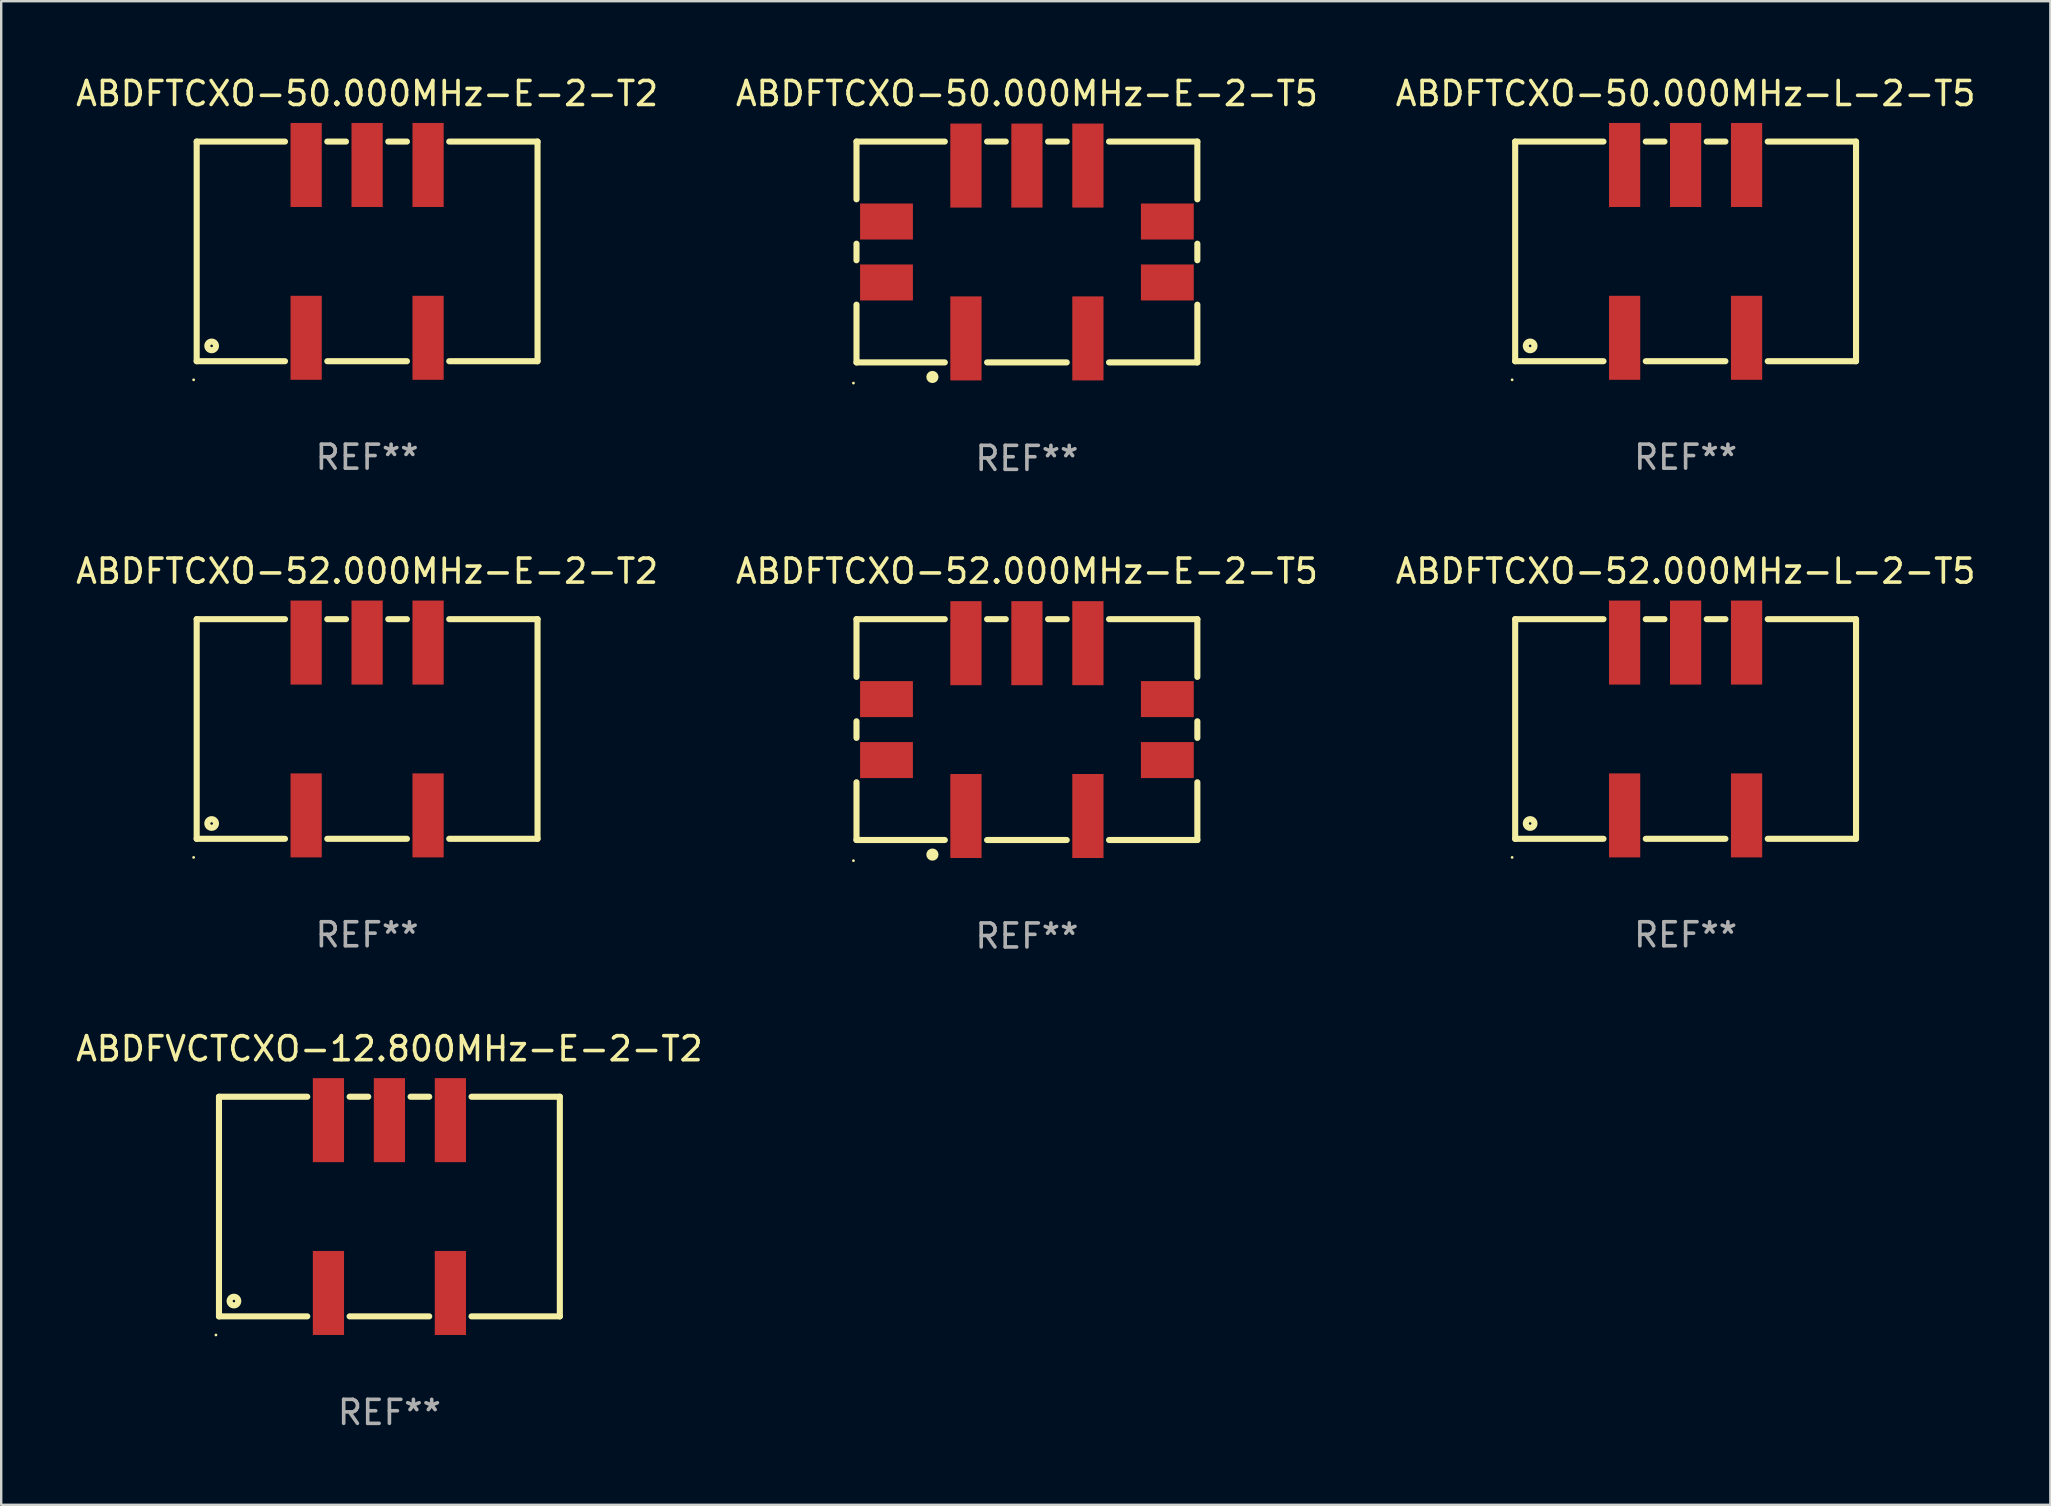
<source format=kicad_pcb>
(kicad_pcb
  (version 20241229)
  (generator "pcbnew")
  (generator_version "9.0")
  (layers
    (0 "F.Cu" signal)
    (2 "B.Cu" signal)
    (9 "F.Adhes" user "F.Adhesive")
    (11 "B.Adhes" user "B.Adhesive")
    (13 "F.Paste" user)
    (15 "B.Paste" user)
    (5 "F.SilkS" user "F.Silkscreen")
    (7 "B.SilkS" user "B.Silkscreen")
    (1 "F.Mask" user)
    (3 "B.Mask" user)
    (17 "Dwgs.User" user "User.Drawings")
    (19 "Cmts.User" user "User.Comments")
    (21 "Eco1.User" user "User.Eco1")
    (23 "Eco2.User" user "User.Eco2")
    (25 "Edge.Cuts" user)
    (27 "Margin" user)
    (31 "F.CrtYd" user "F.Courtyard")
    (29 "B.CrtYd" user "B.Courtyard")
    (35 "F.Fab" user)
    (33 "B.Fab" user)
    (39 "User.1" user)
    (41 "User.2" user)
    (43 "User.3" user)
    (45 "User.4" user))
  (footprint "ABDFTCXO-50.000MHz-L-2-T5"
    (layer "F.Cu")
    (at 67.173 7.423)
    (property "Reference" "ABDFTCXO-50.000MHz-L-2-T5" (at 0 -6.575 0) (layer "F.SilkS") (effects (font (size 1 1) (thickness 0.15))))
    (attr through_hole)
    (fp_line (start -7.1 -4.575) (end -7.1 4.575) (stroke (width 0.254) (type solid)) (layer "F.SilkS"))
    (fp_line (start -7.1 -4.575) (end -3.421 -4.575) (stroke (width 0.254) (type solid)) (layer "F.SilkS"))
    (fp_line (start -7.1 4.575) (end -3.421 4.575) (stroke (width 0.254) (type solid)) (layer "F.SilkS"))
    (fp_line (start -1.659 -4.575) (end -0.881 -4.575) (stroke (width 0.254) (type solid)) (layer "F.SilkS"))
    (fp_line (start -1.659 4.575) (end 1.659 4.575) (stroke (width 0.254) (type solid)) (layer "F.SilkS"))
    (fp_line (start 0.881 -4.575) (end 1.659 -4.575) (stroke (width 0.254) (type solid)) (layer "F.SilkS"))
    (fp_line (start 3.421 -4.575) (end 7.1 -4.575) (stroke (width 0.254) (type solid)) (layer "F.SilkS"))
    (fp_line (start 3.421 4.575) (end 7.1 4.575) (stroke (width 0.254) (type solid)) (layer "F.SilkS"))
    (fp_line (start 7.1 -4.575) (end 7.1 4.575) (stroke (width 0.254) (type solid)) (layer "F.SilkS"))
    (fp_circle (center -7.227 5.35) (end -7.197 5.35) (stroke (width 0.06) (type solid)) (fill no) (layer "F.SilkS"))
    (fp_circle (center -6.477 3.937) (end -6.297 3.937) (stroke (width 0.254) (type solid)) (fill no) (layer "F.SilkS"))
    (fp_text user "REF**" (at 0 8.575 0) (layer "F.Fab") (effects (font (size 1 1) (thickness 0.15))))
    (pad "1" smd rect (at -2.54 3.6) (size 1.3 3.5) (layers "F.Cu" "F.Mask" "F.Paste"))
    (pad "2" smd rect (at 2.54 3.6) (size 1.3 3.5) (layers "F.Cu" "F.Mask" "F.Paste"))
    (pad "3" smd rect (at 2.54 -3.6) (size 1.3 3.5) (layers "F.Cu" "F.Mask" "F.Paste"))
    (pad "4" smd rect (at 0 -3.6) (size 1.3 3.5) (layers "F.Cu" "F.Mask" "F.Paste"))
    (pad "5" smd rect (at -2.54 -3.6) (size 1.3 3.5) (layers "F.Cu" "F.Mask" "F.Paste")))
  (footprint "ABDFTCXO-50.000MHz-E-2-T2"
    (layer "F.Cu")
    (at 12.244 7.423)
    (property "Reference" "ABDFTCXO-50.000MHz-E-2-T2" (at 0 -6.575 0) (layer "F.SilkS") (effects (font (size 1 1) (thickness 0.15))))
    (attr through_hole)
    (fp_line (start -7.1 -4.575) (end -7.1 4.575) (stroke (width 0.254) (type solid)) (layer "F.SilkS"))
    (fp_line (start -7.1 -4.575) (end -3.421 -4.575) (stroke (width 0.254) (type solid)) (layer "F.SilkS"))
    (fp_line (start -7.1 4.575) (end -3.421 4.575) (stroke (width 0.254) (type solid)) (layer "F.SilkS"))
    (fp_line (start -1.659 -4.575) (end -0.881 -4.575) (stroke (width 0.254) (type solid)) (layer "F.SilkS"))
    (fp_line (start -1.659 4.575) (end 1.659 4.575) (stroke (width 0.254) (type solid)) (layer "F.SilkS"))
    (fp_line (start 0.881 -4.575) (end 1.659 -4.575) (stroke (width 0.254) (type solid)) (layer "F.SilkS"))
    (fp_line (start 3.421 -4.575) (end 7.1 -4.575) (stroke (width 0.254) (type solid)) (layer "F.SilkS"))
    (fp_line (start 3.421 4.575) (end 7.1 4.575) (stroke (width 0.254) (type solid)) (layer "F.SilkS"))
    (fp_line (start 7.1 -4.575) (end 7.1 4.575) (stroke (width 0.254) (type solid)) (layer "F.SilkS"))
    (fp_circle (center -7.227 5.35) (end -7.197 5.35) (stroke (width 0.06) (type solid)) (fill no) (layer "F.SilkS"))
    (fp_circle (center -6.477 3.937) (end -6.297 3.937) (stroke (width 0.254) (type solid)) (fill no) (layer "F.SilkS"))
    (fp_text user "REF**" (at 0 8.575 0) (layer "F.Fab") (effects (font (size 1 1) (thickness 0.15))))
    (pad "1" smd rect (at -2.54 3.6) (size 1.3 3.5) (layers "F.Cu" "F.Mask" "F.Paste"))
    (pad "2" smd rect (at 2.54 3.6) (size 1.3 3.5) (layers "F.Cu" "F.Mask" "F.Paste"))
    (pad "3" smd rect (at 2.54 -3.6) (size 1.3 3.5) (layers "F.Cu" "F.Mask" "F.Paste"))
    (pad "4" smd rect (at 0 -3.6) (size 1.3 3.5) (layers "F.Cu" "F.Mask" "F.Paste"))
    (pad "5" smd rect (at -2.54 -3.6) (size 1.3 3.5) (layers "F.Cu" "F.Mask" "F.Paste")))
  (footprint "ABDFVCTCXO-12.800MHz-E-2-T2"
    (layer "F.Cu")
    (at 13.173 47.216)
    (property "Reference" "ABDFVCTCXO-12.800MHz-E-2-T2" (at 0 -6.575 0) (layer "F.SilkS") (effects (font (size 1 1) (thickness 0.15))))
    (attr through_hole)
    (fp_line (start -7.1 -4.575) (end -7.1 4.575) (stroke (width 0.254) (type solid)) (layer "F.SilkS"))
    (fp_line (start -7.1 -4.575) (end -3.421 -4.575) (stroke (width 0.254) (type solid)) (layer "F.SilkS"))
    (fp_line (start -7.1 4.575) (end -3.421 4.575) (stroke (width 0.254) (type solid)) (layer "F.SilkS"))
    (fp_line (start -1.659 -4.575) (end -0.881 -4.575) (stroke (width 0.254) (type solid)) (layer "F.SilkS"))
    (fp_line (start -1.659 4.575) (end 1.659 4.575) (stroke (width 0.254) (type solid)) (layer "F.SilkS"))
    (fp_line (start 0.881 -4.575) (end 1.659 -4.575) (stroke (width 0.254) (type solid)) (layer "F.SilkS"))
    (fp_line (start 3.421 -4.575) (end 7.1 -4.575) (stroke (width 0.254) (type solid)) (layer "F.SilkS"))
    (fp_line (start 3.421 4.575) (end 7.1 4.575) (stroke (width 0.254) (type solid)) (layer "F.SilkS"))
    (fp_line (start 7.1 -4.575) (end 7.1 4.575) (stroke (width 0.254) (type solid)) (layer "F.SilkS"))
    (fp_circle (center -7.227 5.35) (end -7.197 5.35) (stroke (width 0.06) (type solid)) (fill no) (layer "F.SilkS"))
    (fp_circle (center -6.477 3.937) (end -6.297 3.937) (stroke (width 0.254) (type solid)) (fill no) (layer "F.SilkS"))
    (fp_text user "REF**" (at 0 8.575 0) (layer "F.Fab") (effects (font (size 1 1) (thickness 0.15))))
    (pad "1" smd rect (at -2.54 3.6) (size 1.3 3.5) (layers "F.Cu" "F.Mask" "F.Paste"))
    (pad "2" smd rect (at 2.54 3.6) (size 1.3 3.5) (layers "F.Cu" "F.Mask" "F.Paste"))
    (pad "3" smd rect (at 2.54 -3.6) (size 1.3 3.5) (layers "F.Cu" "F.Mask" "F.Paste"))
    (pad "4" smd rect (at 0 -3.6) (size 1.3 3.5) (layers "F.Cu" "F.Mask" "F.Paste"))
    (pad "5" smd rect (at -2.54 -3.6) (size 1.3 3.5) (layers "F.Cu" "F.Mask" "F.Paste")))
  (footprint "ABDFTCXO-50.000MHz-E-2-T5"
    (layer "F.Cu")
    (at 39.732 7.448)
    (property "Reference" "ABDFTCXO-50.000MHz-E-2-T5" (at 0 -6.6 0) (layer "F.SilkS") (effects (font (size 1 1) (thickness 0.15))))
    (attr through_hole)
    (fp_line (start -7.1 -4.6) (end -7.1 -2.195) (stroke (width 0.254) (type solid)) (layer "F.SilkS"))
    (fp_line (start -7.1 -4.6) (end -3.421 -4.6) (stroke (width 0.254) (type solid)) (layer "F.SilkS"))
    (fp_line (start -7.1 -0.345) (end -7.1 0.345) (stroke (width 0.254) (type solid)) (layer "F.SilkS"))
    (fp_line (start -7.1 2.195) (end -7.1 4.6) (stroke (width 0.254) (type solid)) (layer "F.SilkS"))
    (fp_line (start -7.1 4.6) (end -3.421 4.6) (stroke (width 0.254) (type solid)) (layer "F.SilkS"))
    (fp_line (start -1.659 -4.6) (end -0.881 -4.6) (stroke (width 0.254) (type solid)) (layer "F.SilkS"))
    (fp_line (start -1.659 4.6) (end 1.659 4.6) (stroke (width 0.254) (type solid)) (layer "F.SilkS"))
    (fp_line (start 0.881 -4.6) (end 1.659 -4.6) (stroke (width 0.254) (type solid)) (layer "F.SilkS"))
    (fp_line (start 3.421 -4.6) (end 7.1 -4.6) (stroke (width 0.254) (type solid)) (layer "F.SilkS"))
    (fp_line (start 3.421 4.6) (end 7.1 4.6) (stroke (width 0.254) (type solid)) (layer "F.SilkS"))
    (fp_line (start 7.1 -4.6) (end 7.1 -2.195) (stroke (width 0.254) (type solid)) (layer "F.SilkS"))
    (fp_line (start 7.1 -0.345) (end 7.1 0.345) (stroke (width 0.254) (type solid)) (layer "F.SilkS"))
    (fp_line (start 7.1 2.195) (end 7.1 4.6) (stroke (width 0.254) (type solid)) (layer "F.SilkS"))
    (fp_circle (center -7.227 5.461) (end -7.197 5.461) (stroke (width 0.06) (type solid)) (fill no) (layer "F.SilkS"))
    (fp_circle (center -3.937 5.207) (end -3.81 5.207) (stroke (width 0.254) (type solid)) (fill no) (layer "F.SilkS"))
    (fp_text user "REF**" (at 0 8.6 0) (layer "F.Fab") (effects (font (size 1 1) (thickness 0.15))))
    (pad "1" smd rect (at -2.54 3.6) (size 1.3 3.5) (layers "F.Cu" "F.Mask" "F.Paste"))
    (pad "2" smd rect (at 2.54 3.6) (size 1.3 3.5) (layers "F.Cu" "F.Mask" "F.Paste"))
    (pad "3" smd rect (at 2.54 -3.6) (size 1.3 3.5) (layers "F.Cu" "F.Mask" "F.Paste"))
    (pad "4" smd rect (at 0 -3.6) (size 1.3 3.5) (layers "F.Cu" "F.Mask" "F.Paste"))
    (pad "5" smd rect (at -2.54 -3.6) (size 1.3 3.5) (layers "F.Cu" "F.Mask" "F.Paste"))
    (pad "6" smd rect (at 5.85 1.27 90) (size 1.5 2.2) (layers "F.Cu" "F.Mask" "F.Paste"))
    (pad "7" smd rect (at 5.85 -1.27 90) (size 1.5 2.2) (layers "F.Cu" "F.Mask" "F.Paste"))
    (pad "8" smd rect (at -5.85 -1.27 90) (size 1.5 2.2) (layers "F.Cu" "F.Mask" "F.Paste"))
    (pad "9" smd rect (at -5.85 1.27 90) (size 1.5 2.2) (layers "F.Cu" "F.Mask" "F.Paste")))
  (footprint "ABDFTCXO-52.000MHz-E-2-T5"
    (layer "F.Cu")
    (at 39.732 27.345)
    (property "Reference" "ABDFTCXO-52.000MHz-E-2-T5" (at 0 -6.6 0) (layer "F.SilkS") (effects (font (size 1 1) (thickness 0.15))))
    (attr through_hole)
    (fp_line (start -7.1 -4.6) (end -7.1 -2.195) (stroke (width 0.254) (type solid)) (layer "F.SilkS"))
    (fp_line (start -7.1 -4.6) (end -3.421 -4.6) (stroke (width 0.254) (type solid)) (layer "F.SilkS"))
    (fp_line (start -7.1 -0.345) (end -7.1 0.345) (stroke (width 0.254) (type solid)) (layer "F.SilkS"))
    (fp_line (start -7.1 2.195) (end -7.1 4.6) (stroke (width 0.254) (type solid)) (layer "F.SilkS"))
    (fp_line (start -7.1 4.6) (end -3.421 4.6) (stroke (width 0.254) (type solid)) (layer "F.SilkS"))
    (fp_line (start -1.659 -4.6) (end -0.881 -4.6) (stroke (width 0.254) (type solid)) (layer "F.SilkS"))
    (fp_line (start -1.659 4.6) (end 1.659 4.6) (stroke (width 0.254) (type solid)) (layer "F.SilkS"))
    (fp_line (start 0.881 -4.6) (end 1.659 -4.6) (stroke (width 0.254) (type solid)) (layer "F.SilkS"))
    (fp_line (start 3.421 -4.6) (end 7.1 -4.6) (stroke (width 0.254) (type solid)) (layer "F.SilkS"))
    (fp_line (start 3.421 4.6) (end 7.1 4.6) (stroke (width 0.254) (type solid)) (layer "F.SilkS"))
    (fp_line (start 7.1 -4.6) (end 7.1 -2.195) (stroke (width 0.254) (type solid)) (layer "F.SilkS"))
    (fp_line (start 7.1 -0.345) (end 7.1 0.345) (stroke (width 0.254) (type solid)) (layer "F.SilkS"))
    (fp_line (start 7.1 2.195) (end 7.1 4.6) (stroke (width 0.254) (type solid)) (layer "F.SilkS"))
    (fp_circle (center -7.227 5.461) (end -7.197 5.461) (stroke (width 0.06) (type solid)) (fill no) (layer "F.SilkS"))
    (fp_circle (center -3.937 5.207) (end -3.81 5.207) (stroke (width 0.254) (type solid)) (fill no) (layer "F.SilkS"))
    (fp_text user "REF**" (at 0 8.6 0) (layer "F.Fab") (effects (font (size 1 1) (thickness 0.15))))
    (pad "1" smd rect (at -2.54 3.6) (size 1.3 3.5) (layers "F.Cu" "F.Mask" "F.Paste"))
    (pad "2" smd rect (at 2.54 3.6) (size 1.3 3.5) (layers "F.Cu" "F.Mask" "F.Paste"))
    (pad "3" smd rect (at 2.54 -3.6) (size 1.3 3.5) (layers "F.Cu" "F.Mask" "F.Paste"))
    (pad "4" smd rect (at 0 -3.6) (size 1.3 3.5) (layers "F.Cu" "F.Mask" "F.Paste"))
    (pad "5" smd rect (at -2.54 -3.6) (size 1.3 3.5) (layers "F.Cu" "F.Mask" "F.Paste"))
    (pad "6" smd rect (at 5.85 1.27 90) (size 1.5 2.2) (layers "F.Cu" "F.Mask" "F.Paste"))
    (pad "7" smd rect (at 5.85 -1.27 90) (size 1.5 2.2) (layers "F.Cu" "F.Mask" "F.Paste"))
    (pad "8" smd rect (at -5.85 -1.27 90) (size 1.5 2.2) (layers "F.Cu" "F.Mask" "F.Paste"))
    (pad "9" smd rect (at -5.85 1.27 90) (size 1.5 2.2) (layers "F.Cu" "F.Mask" "F.Paste")))
  (footprint "ABDFTCXO-52.000MHz-L-2-T5"
    (layer "F.Cu")
    (at 67.173 27.32)
    (property "Reference" "ABDFTCXO-52.000MHz-L-2-T5" (at 0 -6.575 0) (layer "F.SilkS") (effects (font (size 1 1) (thickness 0.15))))
    (attr through_hole)
    (fp_line (start -7.1 -4.575) (end -7.1 4.575) (stroke (width 0.254) (type solid)) (layer "F.SilkS"))
    (fp_line (start -7.1 -4.575) (end -3.421 -4.575) (stroke (width 0.254) (type solid)) (layer "F.SilkS"))
    (fp_line (start -7.1 4.575) (end -3.421 4.575) (stroke (width 0.254) (type solid)) (layer "F.SilkS"))
    (fp_line (start -1.659 -4.575) (end -0.881 -4.575) (stroke (width 0.254) (type solid)) (layer "F.SilkS"))
    (fp_line (start -1.659 4.575) (end 1.659 4.575) (stroke (width 0.254) (type solid)) (layer "F.SilkS"))
    (fp_line (start 0.881 -4.575) (end 1.659 -4.575) (stroke (width 0.254) (type solid)) (layer "F.SilkS"))
    (fp_line (start 3.421 -4.575) (end 7.1 -4.575) (stroke (width 0.254) (type solid)) (layer "F.SilkS"))
    (fp_line (start 3.421 4.575) (end 7.1 4.575) (stroke (width 0.254) (type solid)) (layer "F.SilkS"))
    (fp_line (start 7.1 -4.575) (end 7.1 4.575) (stroke (width 0.254) (type solid)) (layer "F.SilkS"))
    (fp_circle (center -7.227 5.35) (end -7.197 5.35) (stroke (width 0.06) (type solid)) (fill no) (layer "F.SilkS"))
    (fp_circle (center -6.477 3.937) (end -6.297 3.937) (stroke (width 0.254) (type solid)) (fill no) (layer "F.SilkS"))
    (fp_text user "REF**" (at 0 8.575 0) (layer "F.Fab") (effects (font (size 1 1) (thickness 0.15))))
    (pad "1" smd rect (at -2.54 3.6) (size 1.3 3.5) (layers "F.Cu" "F.Mask" "F.Paste"))
    (pad "2" smd rect (at 2.54 3.6) (size 1.3 3.5) (layers "F.Cu" "F.Mask" "F.Paste"))
    (pad "3" smd rect (at 2.54 -3.6) (size 1.3 3.5) (layers "F.Cu" "F.Mask" "F.Paste"))
    (pad "4" smd rect (at 0 -3.6) (size 1.3 3.5) (layers "F.Cu" "F.Mask" "F.Paste"))
    (pad "5" smd rect (at -2.54 -3.6) (size 1.3 3.5) (layers "F.Cu" "F.Mask" "F.Paste")))
  (footprint "ABDFTCXO-52.000MHz-E-2-T2"
    (layer "F.Cu")
    (at 12.244 27.32)
    (property "Reference" "ABDFTCXO-52.000MHz-E-2-T2" (at 0 -6.575 0) (layer "F.SilkS") (effects (font (size 1 1) (thickness 0.15))))
    (attr through_hole)
    (fp_line (start -7.1 -4.575) (end -7.1 4.575) (stroke (width 0.254) (type solid)) (layer "F.SilkS"))
    (fp_line (start -7.1 -4.575) (end -3.421 -4.575) (stroke (width 0.254) (type solid)) (layer "F.SilkS"))
    (fp_line (start -7.1 4.575) (end -3.421 4.575) (stroke (width 0.254) (type solid)) (layer "F.SilkS"))
    (fp_line (start -1.659 -4.575) (end -0.881 -4.575) (stroke (width 0.254) (type solid)) (layer "F.SilkS"))
    (fp_line (start -1.659 4.575) (end 1.659 4.575) (stroke (width 0.254) (type solid)) (layer "F.SilkS"))
    (fp_line (start 0.881 -4.575) (end 1.659 -4.575) (stroke (width 0.254) (type solid)) (layer "F.SilkS"))
    (fp_line (start 3.421 -4.575) (end 7.1 -4.575) (stroke (width 0.254) (type solid)) (layer "F.SilkS"))
    (fp_line (start 3.421 4.575) (end 7.1 4.575) (stroke (width 0.254) (type solid)) (layer "F.SilkS"))
    (fp_line (start 7.1 -4.575) (end 7.1 4.575) (stroke (width 0.254) (type solid)) (layer "F.SilkS"))
    (fp_circle (center -7.227 5.35) (end -7.197 5.35) (stroke (width 0.06) (type solid)) (fill no) (layer "F.SilkS"))
    (fp_circle (center -6.477 3.937) (end -6.297 3.937) (stroke (width 0.254) (type solid)) (fill no) (layer "F.SilkS"))
    (fp_text user "REF**" (at 0 8.575 0) (layer "F.Fab") (effects (font (size 1 1) (thickness 0.15))))
    (pad "1" smd rect (at -2.54 3.6) (size 1.3 3.5) (layers "F.Cu" "F.Mask" "F.Paste"))
    (pad "2" smd rect (at 2.54 3.6) (size 1.3 3.5) (layers "F.Cu" "F.Mask" "F.Paste"))
    (pad "3" smd rect (at 2.54 -3.6) (size 1.3 3.5) (layers "F.Cu" "F.Mask" "F.Paste"))
    (pad "4" smd rect (at 0 -3.6) (size 1.3 3.5) (layers "F.Cu" "F.Mask" "F.Paste"))
    (pad "5" smd rect (at -2.54 -3.6) (size 1.3 3.5) (layers "F.Cu" "F.Mask" "F.Paste")))
  (gr_rect
    (start -3 -3)
    (end 82.369 59.64)
    (stroke (width 0.1) (type default))
    (fill no)
    (layer "Edge.Cuts")))
</source>
